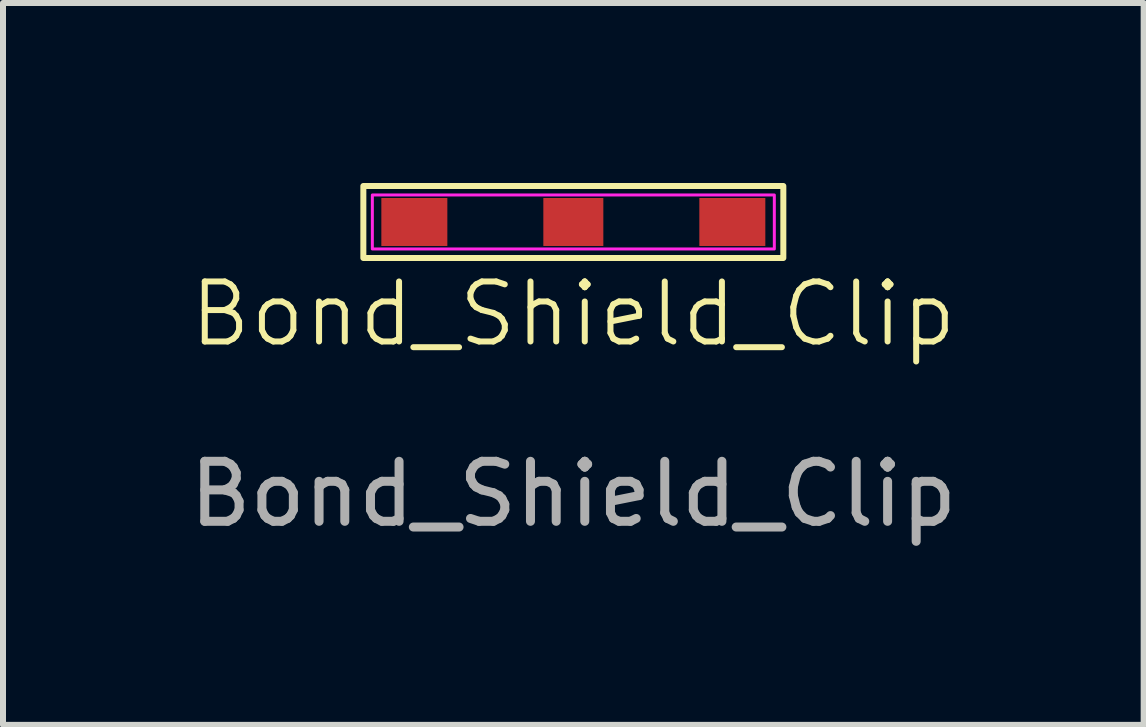
<source format=kicad_pcb>
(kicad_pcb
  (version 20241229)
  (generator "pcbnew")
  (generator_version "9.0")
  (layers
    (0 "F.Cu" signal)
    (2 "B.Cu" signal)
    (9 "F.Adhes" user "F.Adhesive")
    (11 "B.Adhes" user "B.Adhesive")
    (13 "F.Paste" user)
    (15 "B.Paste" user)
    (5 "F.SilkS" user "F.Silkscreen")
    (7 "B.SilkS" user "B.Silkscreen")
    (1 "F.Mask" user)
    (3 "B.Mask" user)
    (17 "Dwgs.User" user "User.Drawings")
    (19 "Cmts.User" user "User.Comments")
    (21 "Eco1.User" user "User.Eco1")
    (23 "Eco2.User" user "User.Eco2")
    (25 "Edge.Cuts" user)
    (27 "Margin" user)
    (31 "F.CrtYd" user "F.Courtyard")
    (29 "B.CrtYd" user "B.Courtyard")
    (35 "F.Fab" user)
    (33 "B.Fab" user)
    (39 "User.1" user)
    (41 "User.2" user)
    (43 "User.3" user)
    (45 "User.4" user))
  (footprint "Bond_Shield_Clip"
    (layer "F.Cu")
    (at 6.506 0.65)
    (property "Reference" "Bond_Shield_Clip" (at 0 1.534 0) (unlocked yes) (layer "F.SilkS") (effects (font (size 1 1) (thickness 0.1))))
    (attr smd)
    (fp_rect (start -3.5 -0.6) (end 3.5 0.6) (stroke (width 0.1) (type default)) (fill no) (layer "F.SilkS"))
    (fp_rect (start -3.35 -0.45) (end 3.35 0.45) (stroke (width 0.05) (type default)) (fill no) (layer "F.CrtYd"))
    (fp_text user "${REFERENCE}" (at 0 4.534 0) (unlocked yes) (layer "F.Fab") (effects (font (size 1 1) (thickness 0.15))))
    (pad "1" smd rect (at -2.65 0) (size 1.1 0.8) (layers "F.Cu" "F.Mask" "F.Paste"))
    (pad "1" smd rect (at 0 0) (size 1 0.8) (layers "F.Cu" "F.Mask" "F.Paste"))
    (pad "1" smd rect (at 2.65 0) (size 1.1 0.8) (layers "F.Cu" "F.Mask" "F.Paste")))
  (gr_rect
    (start -3 -3)
    (end 16.012 9.032)
    (stroke (width 0.1) (type default))
    (fill no)
    (layer "Edge.Cuts")))
</source>
